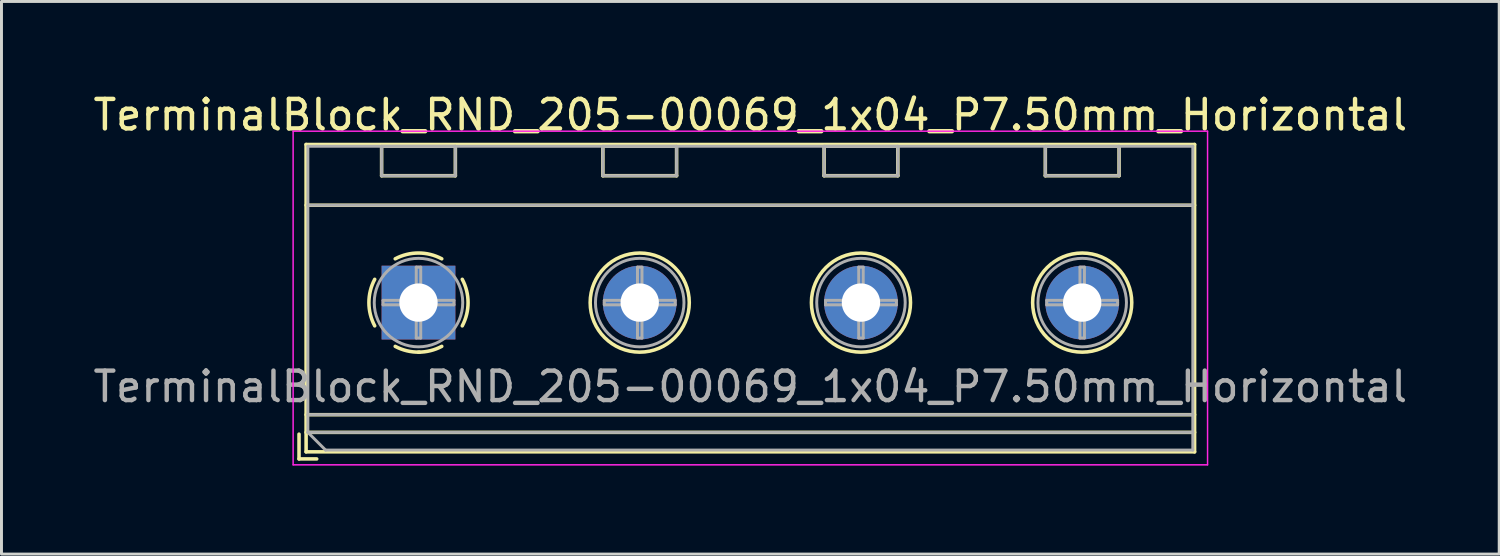
<source format=kicad_pcb>
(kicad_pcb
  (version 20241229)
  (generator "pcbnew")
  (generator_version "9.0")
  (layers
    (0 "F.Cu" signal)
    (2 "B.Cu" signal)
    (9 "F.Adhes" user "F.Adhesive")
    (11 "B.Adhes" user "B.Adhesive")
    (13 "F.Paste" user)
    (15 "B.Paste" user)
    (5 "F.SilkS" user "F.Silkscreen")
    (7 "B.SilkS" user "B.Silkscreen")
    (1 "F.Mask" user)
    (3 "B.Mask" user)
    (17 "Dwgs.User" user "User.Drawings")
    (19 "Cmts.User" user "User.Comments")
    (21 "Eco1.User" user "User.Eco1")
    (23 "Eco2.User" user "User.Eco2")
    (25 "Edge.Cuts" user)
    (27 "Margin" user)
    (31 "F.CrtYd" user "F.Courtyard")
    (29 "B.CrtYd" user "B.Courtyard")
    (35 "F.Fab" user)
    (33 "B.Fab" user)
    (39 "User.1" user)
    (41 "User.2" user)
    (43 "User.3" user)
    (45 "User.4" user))
  (footprint "TerminalBlock_RND_205-00069_1x04_P7.50mm_Horizontal"
    (layer "F.Cu")
    (at 11.137 7.208)
    (property "Reference" "TerminalBlock_RND_205-00069_1x04_P7.50mm_Horizontal" (at 11.25 -6.36 0) (layer "F.SilkS") (effects (font (size 1 1) (thickness 0.15))))
    (attr through_hole)
    (fp_line (start -4.05 4.46) (end -4.05 5.3) (stroke (width 0.12) (type solid)) (layer "F.SilkS"))
    (fp_line (start -4.05 5.3) (end -3.45 5.3) (stroke (width 0.12) (type solid)) (layer "F.SilkS"))
    (fp_line (start -3.81 -5.36) (end -3.81 5.06) (stroke (width 0.12) (type solid)) (layer "F.SilkS"))
    (fp_line (start -3.81 -5.36) (end 26.31 -5.36) (stroke (width 0.12) (type solid)) (layer "F.SilkS"))
    (fp_line (start -3.81 -3.301) (end 26.31 -3.301) (stroke (width 0.12) (type solid)) (layer "F.SilkS"))
    (fp_line (start -3.81 3.8) (end 26.31 3.8) (stroke (width 0.12) (type solid)) (layer "F.SilkS"))
    (fp_line (start -3.81 4.4) (end 26.31 4.4) (stroke (width 0.12) (type solid)) (layer "F.SilkS"))
    (fp_line (start -3.81 5.06) (end 26.31 5.06) (stroke (width 0.12) (type solid)) (layer "F.SilkS"))
    (fp_line (start -1.25 -5.301) (end -1.25 -4.301) (stroke (width 0.12) (type solid)) (layer "F.SilkS"))
    (fp_line (start -1.25 -5.301) (end 1.25 -5.301) (stroke (width 0.12) (type solid)) (layer "F.SilkS"))
    (fp_line (start -1.25 -4.301) (end 1.25 -4.301) (stroke (width 0.12) (type solid)) (layer "F.SilkS"))
    (fp_line (start 1.25 -5.301) (end 1.25 -4.301) (stroke (width 0.12) (type solid)) (layer "F.SilkS"))
    (fp_line (start 6.25 -5.301) (end 6.25 -4.301) (stroke (width 0.12) (type solid)) (layer "F.SilkS"))
    (fp_line (start 6.25 -5.301) (end 8.75 -5.301) (stroke (width 0.12) (type solid)) (layer "F.SilkS"))
    (fp_line (start 6.25 -4.301) (end 8.75 -4.301) (stroke (width 0.12) (type solid)) (layer "F.SilkS"))
    (fp_line (start 8.75 -5.301) (end 8.75 -4.301) (stroke (width 0.12) (type solid)) (layer "F.SilkS"))
    (fp_line (start 13.75 -5.301) (end 13.75 -4.301) (stroke (width 0.12) (type solid)) (layer "F.SilkS"))
    (fp_line (start 13.75 -5.301) (end 16.25 -5.301) (stroke (width 0.12) (type solid)) (layer "F.SilkS"))
    (fp_line (start 13.75 -4.301) (end 16.25 -4.301) (stroke (width 0.12) (type solid)) (layer "F.SilkS"))
    (fp_line (start 16.25 -5.301) (end 16.25 -4.301) (stroke (width 0.12) (type solid)) (layer "F.SilkS"))
    (fp_line (start 21.25 -5.301) (end 21.25 -4.301) (stroke (width 0.12) (type solid)) (layer "F.SilkS"))
    (fp_line (start 21.25 -5.301) (end 23.75 -5.301) (stroke (width 0.12) (type solid)) (layer "F.SilkS"))
    (fp_line (start 21.25 -4.301) (end 23.75 -4.301) (stroke (width 0.12) (type solid)) (layer "F.SilkS"))
    (fp_line (start 23.75 -5.301) (end 23.75 -4.301) (stroke (width 0.12) (type solid)) (layer "F.SilkS"))
    (fp_line (start 26.31 -5.36) (end 26.31 5.06) (stroke (width 0.12) (type solid)) (layer "F.SilkS"))
    (fp_arc (start -1.483953 0.789089) (mid -1.680708 0.00005) (end -1.484 -0.789) (stroke (width 0.12) (type solid)) (layer "F.SilkS"))
    (fp_arc (start -0.789089 -1.483953) (mid -0.00005 -1.680708) (end 0.789 -1.484) (stroke (width 0.12) (type solid)) (layer "F.SilkS"))
    (fp_arc (start 0.029383 1.68045) (mid -0.392304 1.634281) (end -0.789 1.484) (stroke (width 0.12) (type solid)) (layer "F.SilkS"))
    (fp_arc (start 0.788712 1.483352) (mid 0.406429 1.630097) (end 0 1.68) (stroke (width 0.12) (type solid)) (layer "F.SilkS"))
    (fp_arc (start 1.483953 -0.789089) (mid 1.680708 -0.00005) (end 1.484 0.789) (stroke (width 0.12) (type solid)) (layer "F.SilkS"))
    (fp_circle (center 7.5 0) (end 9.18 0) (stroke (width 0.12) (type solid)) (fill no) (layer "F.SilkS"))
    (fp_circle (center 15 0) (end 16.68 0) (stroke (width 0.12) (type solid)) (fill no) (layer "F.SilkS"))
    (fp_circle (center 22.5 0) (end 24.18 0) (stroke (width 0.12) (type solid)) (fill no) (layer "F.SilkS"))
    (fp_line (start -4.25 -5.81) (end -4.25 5.5) (stroke (width 0.05) (type solid)) (layer "F.CrtYd"))
    (fp_line (start -4.25 5.5) (end 26.75 5.5) (stroke (width 0.05) (type solid)) (layer "F.CrtYd"))
    (fp_line (start 26.75 -5.81) (end -4.25 -5.81) (stroke (width 0.05) (type solid)) (layer "F.CrtYd"))
    (fp_line (start 26.75 5.5) (end 26.75 -5.81) (stroke (width 0.05) (type solid)) (layer "F.CrtYd"))
    (fp_line (start -3.75 -5.3) (end 26.25 -5.3) (stroke (width 0.1) (type solid)) (layer "F.Fab"))
    (fp_line (start -3.75 -3.3) (end 26.25 -3.3) (stroke (width 0.1) (type solid)) (layer "F.Fab"))
    (fp_line (start -3.75 3.8) (end 26.25 3.8) (stroke (width 0.1) (type solid)) (layer "F.Fab"))
    (fp_line (start -3.75 4.4) (end -3.75 -5.3) (stroke (width 0.1) (type solid)) (layer "F.Fab"))
    (fp_line (start -3.75 4.4) (end 26.25 4.4) (stroke (width 0.1) (type solid)) (layer "F.Fab"))
    (fp_line (start -3.15 5) (end -3.75 4.4) (stroke (width 0.1) (type solid)) (layer "F.Fab"))
    (fp_line (start -1.25 -5.3) (end -1.25 -4.3) (stroke (width 0.1) (type solid)) (layer "F.Fab"))
    (fp_line (start -1.25 -4.3) (end 1.25 -4.3) (stroke (width 0.1) (type solid)) (layer "F.Fab"))
    (fp_line (start -1.201 -0.076) (end -0.076 -0.076) (stroke (width 0.1) (type solid)) (layer "F.Fab"))
    (fp_line (start -1.201 0.076) (end -1.201 -0.076) (stroke (width 0.1) (type solid)) (layer "F.Fab"))
    (fp_line (start -0.076 -1.201) (end 0.076 -1.201) (stroke (width 0.1) (type solid)) (layer "F.Fab"))
    (fp_line (start -0.076 -0.076) (end -0.076 -1.201) (stroke (width 0.1) (type solid)) (layer "F.Fab"))
    (fp_line (start -0.076 0.076) (end -1.201 0.076) (stroke (width 0.1) (type solid)) (layer "F.Fab"))
    (fp_line (start -0.076 1.201) (end -0.076 0.076) (stroke (width 0.1) (type solid)) (layer "F.Fab"))
    (fp_line (start 0.076 -1.201) (end 0.076 -0.076) (stroke (width 0.1) (type solid)) (layer "F.Fab"))
    (fp_line (start 0.076 -0.076) (end 1.201 -0.076) (stroke (width 0.1) (type solid)) (layer "F.Fab"))
    (fp_line (start 0.076 0.076) (end 0.076 1.201) (stroke (width 0.1) (type solid)) (layer "F.Fab"))
    (fp_line (start 0.076 1.201) (end -0.076 1.201) (stroke (width 0.1) (type solid)) (layer "F.Fab"))
    (fp_line (start 1.201 -0.076) (end 1.201 0.076) (stroke (width 0.1) (type solid)) (layer "F.Fab"))
    (fp_line (start 1.201 0.076) (end 0.076 0.076) (stroke (width 0.1) (type solid)) (layer "F.Fab"))
    (fp_line (start 1.25 -5.3) (end -1.25 -5.3) (stroke (width 0.1) (type solid)) (layer "F.Fab"))
    (fp_line (start 1.25 -4.3) (end 1.25 -5.3) (stroke (width 0.1) (type solid)) (layer "F.Fab"))
    (fp_line (start 6.25 -5.3) (end 6.25 -4.3) (stroke (width 0.1) (type solid)) (layer "F.Fab"))
    (fp_line (start 6.25 -4.3) (end 8.75 -4.3) (stroke (width 0.1) (type solid)) (layer "F.Fab"))
    (fp_line (start 6.299 -0.076) (end 7.424 -0.076) (stroke (width 0.1) (type solid)) (layer "F.Fab"))
    (fp_line (start 6.299 0.076) (end 6.299 -0.076) (stroke (width 0.1) (type solid)) (layer "F.Fab"))
    (fp_line (start 7.424 -1.201) (end 7.576 -1.201) (stroke (width 0.1) (type solid)) (layer "F.Fab"))
    (fp_line (start 7.424 -0.076) (end 7.424 -1.201) (stroke (width 0.1) (type solid)) (layer "F.Fab"))
    (fp_line (start 7.424 0.076) (end 6.299 0.076) (stroke (width 0.1) (type solid)) (layer "F.Fab"))
    (fp_line (start 7.424 1.201) (end 7.424 0.076) (stroke (width 0.1) (type solid)) (layer "F.Fab"))
    (fp_line (start 7.576 -1.201) (end 7.576 -0.076) (stroke (width 0.1) (type solid)) (layer "F.Fab"))
    (fp_line (start 7.576 -0.076) (end 8.701 -0.076) (stroke (width 0.1) (type solid)) (layer "F.Fab"))
    (fp_line (start 7.576 0.076) (end 7.576 1.201) (stroke (width 0.1) (type solid)) (layer "F.Fab"))
    (fp_line (start 7.576 1.201) (end 7.424 1.201) (stroke (width 0.1) (type solid)) (layer "F.Fab"))
    (fp_line (start 8.701 -0.076) (end 8.701 0.076) (stroke (width 0.1) (type solid)) (layer "F.Fab"))
    (fp_line (start 8.701 0.076) (end 7.576 0.076) (stroke (width 0.1) (type solid)) (layer "F.Fab"))
    (fp_line (start 8.75 -5.3) (end 6.25 -5.3) (stroke (width 0.1) (type solid)) (layer "F.Fab"))
    (fp_line (start 8.75 -4.3) (end 8.75 -5.3) (stroke (width 0.1) (type solid)) (layer "F.Fab"))
    (fp_line (start 13.75 -5.3) (end 13.75 -4.3) (stroke (width 0.1) (type solid)) (layer "F.Fab"))
    (fp_line (start 13.75 -4.3) (end 16.25 -4.3) (stroke (width 0.1) (type solid)) (layer "F.Fab"))
    (fp_line (start 13.799 -0.076) (end 14.924 -0.076) (stroke (width 0.1) (type solid)) (layer "F.Fab"))
    (fp_line (start 13.799 0.076) (end 13.799 -0.076) (stroke (width 0.1) (type solid)) (layer "F.Fab"))
    (fp_line (start 14.924 -1.201) (end 15.076 -1.201) (stroke (width 0.1) (type solid)) (layer "F.Fab"))
    (fp_line (start 14.924 -0.076) (end 14.924 -1.201) (stroke (width 0.1) (type solid)) (layer "F.Fab"))
    (fp_line (start 14.924 0.076) (end 13.799 0.076) (stroke (width 0.1) (type solid)) (layer "F.Fab"))
    (fp_line (start 14.924 1.201) (end 14.924 0.076) (stroke (width 0.1) (type solid)) (layer "F.Fab"))
    (fp_line (start 15.076 -1.201) (end 15.076 -0.076) (stroke (width 0.1) (type solid)) (layer "F.Fab"))
    (fp_line (start 15.076 -0.076) (end 16.201 -0.076) (stroke (width 0.1) (type solid)) (layer "F.Fab"))
    (fp_line (start 15.076 0.076) (end 15.076 1.201) (stroke (width 0.1) (type solid)) (layer "F.Fab"))
    (fp_line (start 15.076 1.201) (end 14.924 1.201) (stroke (width 0.1) (type solid)) (layer "F.Fab"))
    (fp_line (start 16.201 -0.076) (end 16.201 0.076) (stroke (width 0.1) (type solid)) (layer "F.Fab"))
    (fp_line (start 16.201 0.076) (end 15.076 0.076) (stroke (width 0.1) (type solid)) (layer "F.Fab"))
    (fp_line (start 16.25 -5.3) (end 13.75 -5.3) (stroke (width 0.1) (type solid)) (layer "F.Fab"))
    (fp_line (start 16.25 -4.3) (end 16.25 -5.3) (stroke (width 0.1) (type solid)) (layer "F.Fab"))
    (fp_line (start 21.25 -5.3) (end 21.25 -4.3) (stroke (width 0.1) (type solid)) (layer "F.Fab"))
    (fp_line (start 21.25 -4.3) (end 23.75 -4.3) (stroke (width 0.1) (type solid)) (layer "F.Fab"))
    (fp_line (start 21.299 -0.076) (end 22.424 -0.076) (stroke (width 0.1) (type solid)) (layer "F.Fab"))
    (fp_line (start 21.299 0.076) (end 21.299 -0.076) (stroke (width 0.1) (type solid)) (layer "F.Fab"))
    (fp_line (start 22.424 -1.201) (end 22.576 -1.201) (stroke (width 0.1) (type solid)) (layer "F.Fab"))
    (fp_line (start 22.424 -0.076) (end 22.424 -1.201) (stroke (width 0.1) (type solid)) (layer "F.Fab"))
    (fp_line (start 22.424 0.076) (end 21.299 0.076) (stroke (width 0.1) (type solid)) (layer "F.Fab"))
    (fp_line (start 22.424 1.201) (end 22.424 0.076) (stroke (width 0.1) (type solid)) (layer "F.Fab"))
    (fp_line (start 22.576 -1.201) (end 22.576 -0.076) (stroke (width 0.1) (type solid)) (layer "F.Fab"))
    (fp_line (start 22.576 -0.076) (end 23.701 -0.076) (stroke (width 0.1) (type solid)) (layer "F.Fab"))
    (fp_line (start 22.576 0.076) (end 22.576 1.201) (stroke (width 0.1) (type solid)) (layer "F.Fab"))
    (fp_line (start 22.576 1.201) (end 22.424 1.201) (stroke (width 0.1) (type solid)) (layer "F.Fab"))
    (fp_line (start 23.701 -0.076) (end 23.701 0.076) (stroke (width 0.1) (type solid)) (layer "F.Fab"))
    (fp_line (start 23.701 0.076) (end 22.576 0.076) (stroke (width 0.1) (type solid)) (layer "F.Fab"))
    (fp_line (start 23.75 -5.3) (end 21.25 -5.3) (stroke (width 0.1) (type solid)) (layer "F.Fab"))
    (fp_line (start 23.75 -4.3) (end 23.75 -5.3) (stroke (width 0.1) (type solid)) (layer "F.Fab"))
    (fp_line (start 26.25 -5.3) (end 26.25 5) (stroke (width 0.1) (type solid)) (layer "F.Fab"))
    (fp_line (start 26.25 5) (end -3.15 5) (stroke (width 0.1) (type solid)) (layer "F.Fab"))
    (fp_circle (center 0 0) (end 1.5 0) (stroke (width 0.1) (type solid)) (fill no) (layer "F.Fab"))
    (fp_circle (center 7.5 0) (end 9 0) (stroke (width 0.1) (type solid)) (fill no) (layer "F.Fab"))
    (fp_circle (center 15 0) (end 16.5 0) (stroke (width 0.1) (type solid)) (fill no) (layer "F.Fab"))
    (fp_circle (center 22.5 0) (end 24 0) (stroke (width 0.1) (type solid)) (fill no) (layer "F.Fab"))
    (fp_text user "${REFERENCE}" (at 11.25 2.85 0) (layer "F.Fab") (effects (font (size 1 1) (thickness 0.15))))
    (pad "1" thru_hole rect (at 0 0) (size 2.5 2.5) (drill 1.3) (layers "*.Cu" "*.Mask"))
    (pad "2" thru_hole circle (at 7.5 0) (size 2.5 2.5) (drill 1.3) (layers "*.Cu" "*.Mask"))
    (pad "3" thru_hole circle (at 15 0) (size 2.5 2.5) (drill 1.3) (layers "*.Cu" "*.Mask"))
    (pad "4" thru_hole circle (at 22.5 0) (size 2.5 2.5) (drill 1.3) (layers "*.Cu" "*.Mask")))
  (gr_rect
    (start -3 -3)
    (end 47.774 15.733)
    (stroke (width 0.1) (type default))
    (fill no)
    (layer "Edge.Cuts")))
</source>
